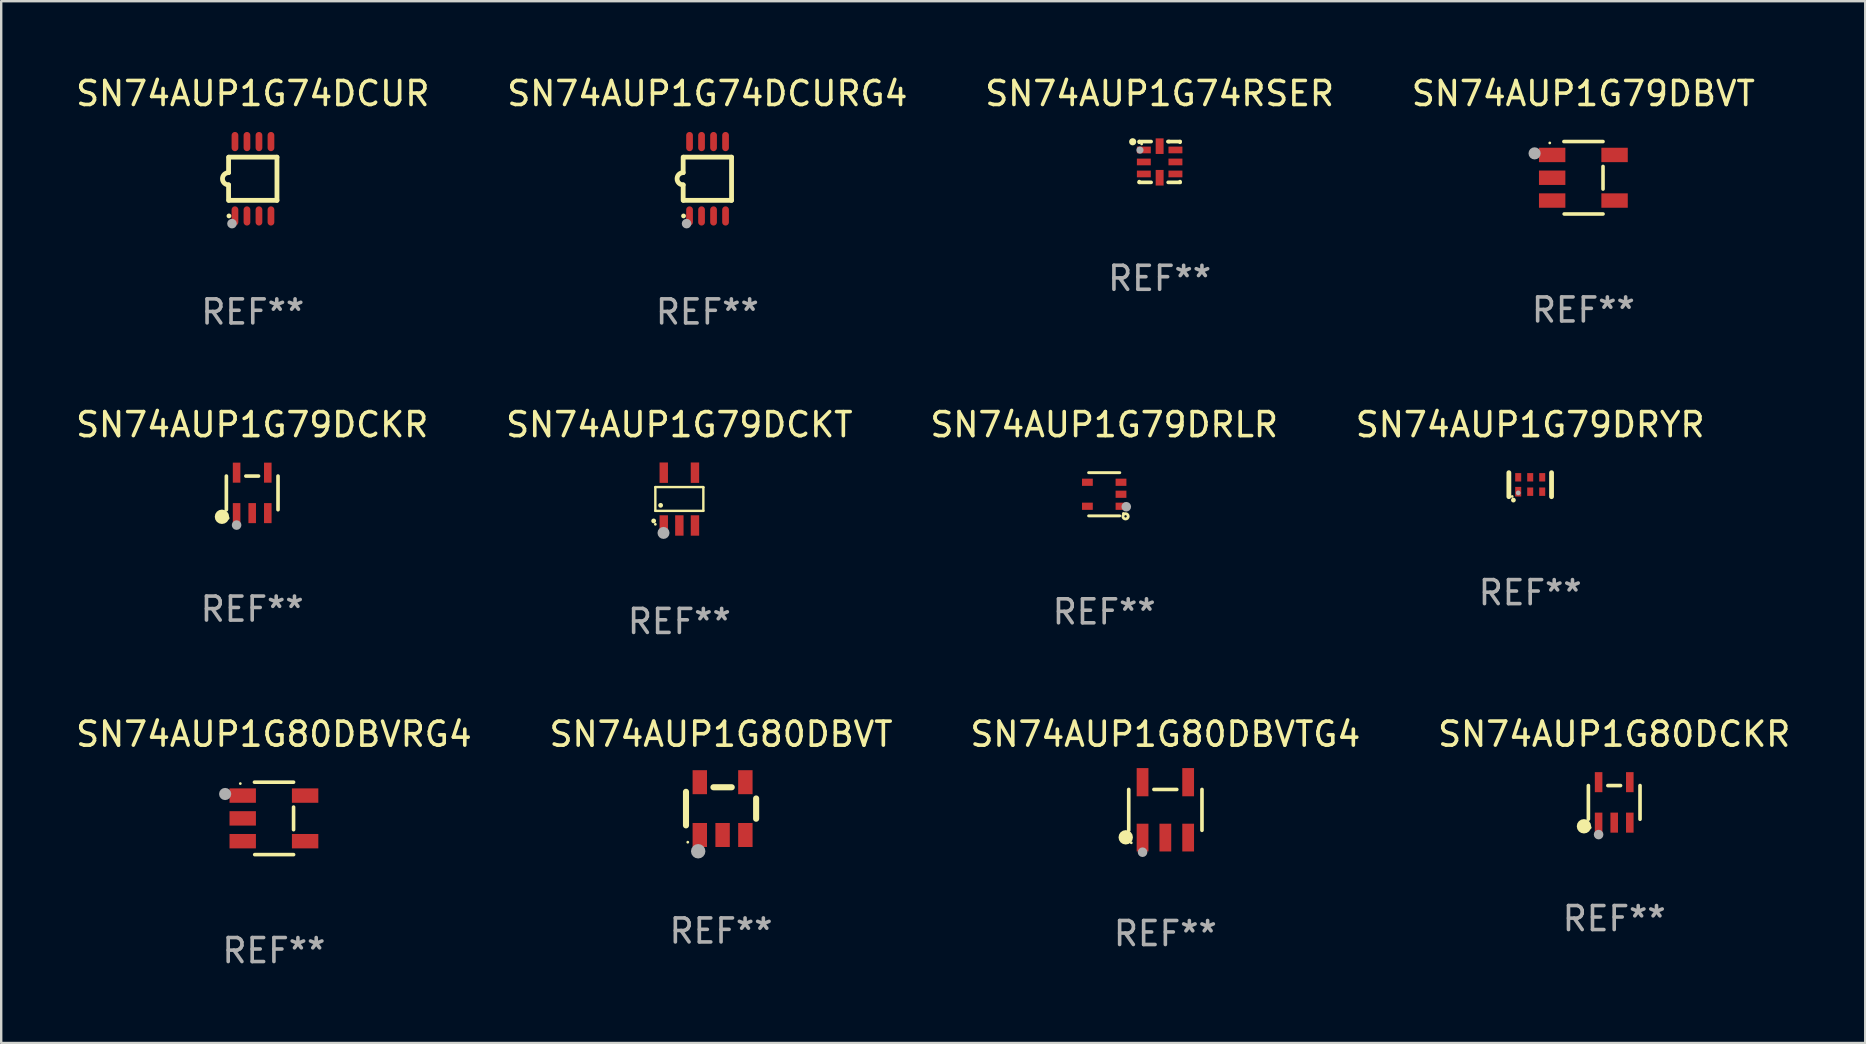
<source format=kicad_pcb>
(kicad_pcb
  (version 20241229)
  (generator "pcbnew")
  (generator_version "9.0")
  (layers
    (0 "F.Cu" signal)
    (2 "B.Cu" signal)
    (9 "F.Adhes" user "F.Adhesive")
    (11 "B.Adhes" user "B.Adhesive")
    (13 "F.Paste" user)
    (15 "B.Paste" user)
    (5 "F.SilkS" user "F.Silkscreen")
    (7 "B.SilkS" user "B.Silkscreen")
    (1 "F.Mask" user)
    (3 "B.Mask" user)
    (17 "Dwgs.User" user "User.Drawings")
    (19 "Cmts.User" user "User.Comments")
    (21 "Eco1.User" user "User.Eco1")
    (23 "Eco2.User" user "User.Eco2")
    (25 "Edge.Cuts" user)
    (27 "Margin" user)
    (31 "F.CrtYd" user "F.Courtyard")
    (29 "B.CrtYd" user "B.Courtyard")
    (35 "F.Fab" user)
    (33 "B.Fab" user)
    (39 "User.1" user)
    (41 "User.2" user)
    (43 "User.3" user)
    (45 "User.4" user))
  (footprint "SN74AUP1G79DBVT"
    (layer "F.Cu")
    (at 62.923 4.357)
    (property "Reference" "SN74AUP1G79DBVT" (at 0 -3.509 0) (layer "F.SilkS") (effects (font (size 1 1) (thickness 0.15))))
    (attr through_hole)
    (fp_line (start -0.811 -1.509) (end 0.819 -1.509) (stroke (width 0.15) (type solid)) (layer "F.SilkS"))
    (fp_line (start -0.8 1.509) (end 0.82 1.509) (stroke (width 0.15) (type solid)) (layer "F.SilkS"))
    (fp_line (start 0.819 -0.472) (end 0.819 0.47) (stroke (width 0.15) (type solid)) (layer "F.SilkS"))
    (fp_circle (center -1.4 -1.451) (end -1.37 -1.451) (stroke (width 0.06) (type solid)) (fill no) (layer "F.SilkS"))
    (fp_circle (center -2.032 -1.017) (end -1.905 -1.017) (stroke (width 0.254) (type solid)) (fill no) (layer "F.Fab"))
    (fp_text user "REF**" (at 0 5.509 0) (layer "F.Fab") (effects (font (size 1 1) (thickness 0.15))))
    (pad "1" smd rect (at -1.3 -0.951) (size 1.1 0.6) (layers "F.Cu" "F.Mask" "F.Paste"))
    (pad "2" smd rect (at -1.3 -0.001) (size 1.1 0.6) (layers "F.Cu" "F.Mask" "F.Paste"))
    (pad "3" smd rect (at -1.3 0.949) (size 1.1 0.6) (layers "F.Cu" "F.Mask" "F.Paste"))
    (pad "4" smd rect (at 1.3 0.949) (size 1.1 0.6) (layers "F.Cu" "F.Mask" "F.Paste"))
    (pad "5" smd rect (at 1.3 -0.951) (size 1.1 0.6) (layers "F.Cu" "F.Mask" "F.Paste")))
  (footprint "SN74AUP1G79DRLR"
    (layer "F.Cu")
    (at 42.958 17.544)
    (property "Reference" "SN74AUP1G79DRLR" (at 0 -2.9 0) (layer "F.SilkS") (effects (font (size 1 1) (thickness 0.15))))
    (attr through_hole)
    (fp_line (start -0.65 -0.9) (end 0.65 -0.9) (stroke (width 0.12) (type solid)) (layer "F.SilkS"))
    (fp_line (start -0.65 0.9) (end 0.65 0.9) (stroke (width 0.12) (type solid)) (layer "F.SilkS"))
    (fp_circle (center 0.8 0.8) (end 0.83 0.8) (stroke (width 0.06) (type solid)) (fill no) (layer "F.SilkS"))
    (fp_circle (center 0.89 0.92) (end 0.94 0.92) (stroke (width 0.12) (type solid)) (fill no) (layer "F.SilkS"))
    (fp_circle (center 0.92 0.52) (end 1.02 0.52) (stroke (width 0.2) (type solid)) (fill no) (layer "F.Fab"))
    (fp_text user "REF**" (at 0 4.9 0) (layer "F.Fab") (effects (font (size 1 1) (thickness 0.15))))
    (pad "1" smd rect (at 0.7 0.5) (size 0.45 0.3) (layers "F.Cu" "F.Mask" "F.Paste"))
    (pad "2" smd rect (at 0.7 -0.000356) (size 0.45 0.3) (layers "F.Cu" "F.Mask" "F.Paste"))
    (pad "3" smd rect (at 0.7 -0.5) (size 0.45 0.3) (layers "F.Cu" "F.Mask" "F.Paste"))
    (pad "4" smd rect (at -0.7 -0.5) (size 0.45 0.3) (layers "F.Cu" "F.Mask" "F.Paste"))
    (pad "5" smd rect (at -0.7 0.5) (size 0.45 0.3) (layers "F.Cu" "F.Mask" "F.Paste")))
  (footprint "SN74AUP1G80DBVRG4"
    (layer "F.Cu")
    (at 8.363 31.05)
    (property "Reference" "SN74AUP1G80DBVRG4" (at 0 -3.509 0) (layer "F.SilkS") (effects (font (size 1 1) (thickness 0.15))))
    (attr through_hole)
    (fp_line (start -0.811 -1.509) (end 0.819 -1.509) (stroke (width 0.15) (type solid)) (layer "F.SilkS"))
    (fp_line (start -0.8 1.509) (end 0.82 1.509) (stroke (width 0.15) (type solid)) (layer "F.SilkS"))
    (fp_line (start 0.819 -0.472) (end 0.819 0.47) (stroke (width 0.15) (type solid)) (layer "F.SilkS"))
    (fp_circle (center -1.4 -1.451) (end -1.37 -1.451) (stroke (width 0.06) (type solid)) (fill no) (layer "F.SilkS"))
    (fp_circle (center -2.032 -1.017) (end -1.905 -1.017) (stroke (width 0.254) (type solid)) (fill no) (layer "F.Fab"))
    (fp_text user "REF**" (at 0 5.509 0) (layer "F.Fab") (effects (font (size 1 1) (thickness 0.15))))
    (pad "1" smd rect (at -1.3 -0.951) (size 1.1 0.6) (layers "F.Cu" "F.Mask" "F.Paste"))
    (pad "2" smd rect (at -1.3 -0.001) (size 1.1 0.6) (layers "F.Cu" "F.Mask" "F.Paste"))
    (pad "3" smd rect (at -1.3 0.949) (size 1.1 0.6) (layers "F.Cu" "F.Mask" "F.Paste"))
    (pad "4" smd rect (at 1.3 0.949) (size 1.1 0.6) (layers "F.Cu" "F.Mask" "F.Paste"))
    (pad "5" smd rect (at 1.3 -0.951) (size 1.1 0.6) (layers "F.Cu" "F.Mask" "F.Paste")))
  (footprint "SN74AUP1G79DCKT"
    (layer "F.Cu")
    (at 25.256 17.745)
    (property "Reference" "SN74AUP1G79DCKT" (at 0 -3.1 0) (layer "F.SilkS") (effects (font (size 1 1) (thickness 0.15))))
    (attr through_hole)
    (fp_line (start -1 -0.5) (end -1 0.49) (stroke (width 0.1) (type solid)) (layer "F.SilkS"))
    (fp_line (start -1 0.49) (end 1 0.49) (stroke (width 0.1) (type solid)) (layer "F.SilkS"))
    (fp_line (start 0.99 -0.5) (end -1 -0.5) (stroke (width 0.1) (type solid)) (layer "F.SilkS"))
    (fp_line (start 1 -0.49) (end 0.99 -0.5) (stroke (width 0.1) (type solid)) (layer "F.SilkS"))
    (fp_line (start 1 0.49) (end 1 -0.49) (stroke (width 0.1) (type solid)) (layer "F.SilkS"))
    (fp_circle (center -1.07 0.91) (end -1.02 0.91) (stroke (width 0.1) (type solid)) (fill no) (layer "F.SilkS"))
    (fp_circle (center -1 1.05) (end -0.97 1.05) (stroke (width 0.06) (type solid)) (fill no) (layer "F.SilkS"))
    (fp_circle (center -0.78 0.26) (end -0.73 0.26) (stroke (width 0.1) (type solid)) (fill no) (layer "F.SilkS"))
    (fp_circle (center -0.66 1.41) (end -0.535 1.41) (stroke (width 0.25) (type solid)) (fill no) (layer "F.Fab"))
    (fp_text user "REF**" (at 0 5.1 0) (layer "F.Fab") (effects (font (size 1 1) (thickness 0.15))))
    (pad "1" smd rect (at -0.65 1.1) (size 0.35 0.85) (layers "F.Cu" "F.Mask" "F.Paste"))
    (pad "2" smd rect (at 0.000051 1.1) (size 0.35 0.85) (layers "F.Cu" "F.Mask" "F.Paste"))
    (pad "3" smd rect (at 0.65 1.1) (size 0.35 0.85) (layers "F.Cu" "F.Mask" "F.Paste"))
    (pad "4" smd rect (at 0.65 -1.1) (size 0.35 0.85) (layers "F.Cu" "F.Mask" "F.Paste"))
    (pad "5" smd rect (at -0.65 -1.1) (size 0.35 0.85) (layers "F.Cu" "F.Mask" "F.Paste")))
  (footprint "SN74AUP1G80DBVTG4"
    (layer "F.Cu")
    (at 45.506 30.695)
    (property "Reference" "SN74AUP1G80DBVTG4" (at 0 -3.154 0) (layer "F.SilkS") (effects (font (size 1 1) (thickness 0.15))))
    (attr through_hole)
    (fp_line (start -1.526 0.851) (end -1.526 -0.851) (stroke (width 0.152) (type solid)) (layer "F.SilkS"))
    (fp_line (start 0.476 -0.851) (end -0.476 -0.851) (stroke (width 0.152) (type solid)) (layer "F.SilkS"))
    (fp_line (start 1.526 0.851) (end 1.526 -0.851) (stroke (width 0.152) (type solid)) (layer "F.SilkS"))
    (fp_circle (center -1.651 1.143) (end -1.501 1.143) (stroke (width 0.3) (type solid)) (fill no) (layer "F.SilkS"))
    (fp_circle (center -1.42 1.37) (end -1.39 1.37) (stroke (width 0.06) (type solid)) (fill no) (layer "F.SilkS"))
    (fp_circle (center -0.95 1.763) (end -0.85 1.763) (stroke (width 0.2) (type solid)) (fill no) (layer "F.Fab"))
    (fp_text user "REF**" (at 0 5.154 0) (layer "F.Fab") (effects (font (size 1 1) (thickness 0.15))))
    (pad "1" smd rect (at -0.95 1.154) (size 0.49 1.157) (layers "F.Cu" "F.Mask" "F.Paste"))
    (pad "2" smd rect (at 0 1.154) (size 0.49 1.157) (layers "F.Cu" "F.Mask" "F.Paste"))
    (pad "3" smd rect (at 0.95 1.154) (size 0.49 1.157) (layers "F.Cu" "F.Mask" "F.Paste"))
    (pad "4" smd rect (at 0.95 -1.154) (size 0.49 1.175) (layers "F.Cu" "F.Mask" "F.Paste"))
    (pad "5" smd rect (at -0.95 -1.154) (size 0.49 1.175) (layers "F.Cu" "F.Mask" "F.Paste")))
  (footprint "SN74AUP1G80DBVT"
    (layer "F.Cu")
    (at 26.994 30.641)
    (property "Reference" "SN74AUP1G80DBVT" (at 0 -3.1 0) (layer "F.SilkS") (effects (font (size 1 1) (thickness 0.15))))
    (attr through_hole)
    (fp_line (start -1.461 -0.699) (end -1.461 0.699) (stroke (width 0.254) (type solid)) (layer "F.SilkS"))
    (fp_line (start -0.318 -0.889) (end 0.445 -0.889) (stroke (width 0.254) (type solid)) (layer "F.SilkS"))
    (fp_line (start 1.461 -0.422) (end 1.461 0.422) (stroke (width 0.254) (type solid)) (layer "F.SilkS"))
    (fp_circle (center -1.387 1.4) (end -1.357 1.4) (stroke (width 0.06) (type solid)) (fill no) (layer "F.SilkS"))
    (fp_circle (center -0.953 1.778) (end -0.802 1.778) (stroke (width 0.3) (type solid)) (fill no) (layer "F.Fab"))
    (fp_text user "REF**" (at 0 5.1 0) (layer "F.Fab") (effects (font (size 1 1) (thickness 0.15))))
    (pad "1" smd rect (at -0.886 1.1) (size 0.6 1) (layers "F.Cu" "F.Mask" "F.Paste"))
    (pad "2" smd rect (at 0.064 1.1) (size 0.6 1) (layers "F.Cu" "F.Mask" "F.Paste"))
    (pad "3" smd rect (at 1.013 1.1) (size 0.6 1) (layers "F.Cu" "F.Mask" "F.Paste"))
    (pad "4" smd rect (at 1.013 -1.1) (size 0.6 1) (layers "F.Cu" "F.Mask" "F.Paste"))
    (pad "5" smd rect (at -0.886 -1.1) (size 0.6 1) (layers "F.Cu" "F.Mask" "F.Paste")))
  (footprint "SN74AUP1G74DCURG4"
    (layer "F.Cu")
    (at 26.423 4.398)
    (property "Reference" "SN74AUP1G74DCURG4" (at 0 -3.55 0) (layer "F.SilkS") (effects (font (size 1 1) (thickness 0.15))))
    (attr through_hole)
    (fp_line (start -1.008 -0.254) (end -1.008 -0.9) (stroke (width 0.2) (type solid)) (layer "F.SilkS"))
    (fp_line (start -1.008 0.254) (end -1.008 0.9) (stroke (width 0.2) (type solid)) (layer "F.SilkS"))
    (fp_line (start -0.992 0.9) (end 1.008 0.9) (stroke (width 0.2) (type solid)) (layer "F.SilkS"))
    (fp_line (start 1.008 -0.9) (end -0.992 -0.9) (stroke (width 0.2) (type solid)) (layer "F.SilkS"))
    (fp_line (start 1.008 0.9) (end 1.008 -0.9) (stroke (width 0.2) (type solid)) (layer "F.SilkS"))
    (fp_arc (start -1.008001 0.254001) (mid -1.262002 0) (end -1.008001 -0.254001) (stroke (width 0.2) (type solid)) (layer "F.SilkS"))
    (fp_circle (center -0.992 1.55) (end -0.942 1.55) (stroke (width 0.1) (type solid)) (fill no) (layer "F.SilkS"))
    (fp_circle (center -0.866 1.87) (end -0.766 1.87) (stroke (width 0.2) (type solid)) (fill no) (layer "F.Fab"))
    (fp_text user "REF**" (at 0 5.55 0) (layer "F.Fab") (effects (font (size 1 1) (thickness 0.15))))
    (pad "1" smd oval (at -0.742 1.55 270) (size 0.8 0.28) (layers "F.Cu" "F.Mask" "F.Paste"))
    (pad "2" smd oval (at -0.242 1.55 270) (size 0.8 0.28) (layers "F.Cu" "F.Mask" "F.Paste"))
    (pad "3" smd oval (at 0.258 1.55 270) (size 0.8 0.28) (layers "F.Cu" "F.Mask" "F.Paste"))
    (pad "4" smd oval (at 0.758 1.55 270) (size 0.8 0.28) (layers "F.Cu" "F.Mask" "F.Paste"))
    (pad "5" smd oval (at 0.758 -1.55 270) (size 0.8 0.28) (layers "F.Cu" "F.Mask" "F.Paste"))
    (pad "6" smd oval (at 0.258 -1.55 270) (size 0.8 0.28) (layers "F.Cu" "F.Mask" "F.Paste"))
    (pad "7" smd oval (at -0.242 -1.55 270) (size 0.8 0.28) (layers "F.Cu" "F.Mask" "F.Paste"))
    (pad "8" smd oval (at -0.742 -1.55 270) (size 0.8 0.28) (layers "F.Cu" "F.Mask" "F.Paste")))
  (footprint "SN74AUP1G74RSER"
    (layer "F.Cu")
    (at 45.268 3.698)
    (property "Reference" "SN74AUP1G74RSER" (at 0 -2.85 0) (layer "F.SilkS") (effects (font (size 1 1) (thickness 0.15))))
    (attr through_hole)
    (fp_line (start -0.85 -0.85) (end -0.355 -0.85) (stroke (width 0.152) (type solid)) (layer "F.SilkS"))
    (fp_line (start -0.85 -0.82) (end -0.85 -0.85) (stroke (width 0.152) (type solid)) (layer "F.SilkS"))
    (fp_line (start -0.85 0.85) (end -0.85 0.82) (stroke (width 0.152) (type solid)) (layer "F.SilkS"))
    (fp_line (start -0.355 0.85) (end -0.85 0.85) (stroke (width 0.152) (type solid)) (layer "F.SilkS"))
    (fp_line (start 0.35 -0.85) (end 0.85 -0.85) (stroke (width 0.152) (type solid)) (layer "F.SilkS"))
    (fp_line (start 0.355 -0.85) (end 0.4 -0.85) (stroke (width 0.152) (type solid)) (layer "F.SilkS"))
    (fp_line (start 0.85 -0.85) (end 0.85 -0.82) (stroke (width 0.152) (type solid)) (layer "F.SilkS"))
    (fp_line (start 0.85 0.82) (end 0.85 0.85) (stroke (width 0.152) (type solid)) (layer "F.SilkS"))
    (fp_line (start 0.85 0.85) (end 0.355 0.85) (stroke (width 0.152) (type solid)) (layer "F.SilkS"))
    (fp_circle (center -1.123 -0.841) (end -1.048 -0.841) (stroke (width 0.15) (type solid)) (fill no) (layer "F.SilkS"))
    (fp_circle (center -0.75 -0.75) (end -0.72 -0.75) (stroke (width 0.06) (type solid)) (fill no) (layer "F.SilkS"))
    (fp_circle (center -0.82 -0.494) (end -0.745 -0.494) (stroke (width 0.15) (type solid)) (fill no) (layer "F.Fab"))
    (fp_text user "REF**" (at 0 4.85 0) (layer "F.Fab") (effects (font (size 1 1) (thickness 0.15))))
    (pad "1" smd rect (at -0.658 -0.5) (size 0.58 0.28) (layers "F.Cu" "F.Mask" "F.Paste"))
    (pad "2" smd rect (at -0.658 -0.000013) (size 0.58 0.28) (layers "F.Cu" "F.Mask" "F.Paste"))
    (pad "3" smd rect (at -0.658 0.5) (size 0.58 0.28) (layers "F.Cu" "F.Mask" "F.Paste"))
    (pad "4" smd rect (at -0.000013 0.658) (size 0.33 0.65) (layers "F.Cu" "F.Mask" "F.Paste"))
    (pad "5" smd rect (at 0.658 0.5) (size 0.58 0.28) (layers "F.Cu" "F.Mask" "F.Paste"))
    (pad "6" smd rect (at 0.658 -0.000013) (size 0.58 0.28) (layers "F.Cu" "F.Mask" "F.Paste"))
    (pad "7" smd rect (at 0.658 -0.5) (size 0.58 0.28) (layers "F.Cu" "F.Mask" "F.Paste"))
    (pad "8" smd rect (at -0.000013 -0.658) (size 0.33 0.65) (layers "F.Cu" "F.Mask" "F.Paste")))
  (footprint "SN74AUP1G74DCUR"
    (layer "F.Cu")
    (at 7.482 4.398)
    (property "Reference" "SN74AUP1G74DCUR" (at 0 -3.55 0) (layer "F.SilkS") (effects (font (size 1 1) (thickness 0.15))))
    (attr through_hole)
    (fp_line (start -1.008 -0.254) (end -1.008 -0.9) (stroke (width 0.2) (type solid)) (layer "F.SilkS"))
    (fp_line (start -1.008 0.254) (end -1.008 0.9) (stroke (width 0.2) (type solid)) (layer "F.SilkS"))
    (fp_line (start -0.992 0.9) (end 1.008 0.9) (stroke (width 0.2) (type solid)) (layer "F.SilkS"))
    (fp_line (start 1.008 -0.9) (end -0.992 -0.9) (stroke (width 0.2) (type solid)) (layer "F.SilkS"))
    (fp_line (start 1.008 0.9) (end 1.008 -0.9) (stroke (width 0.2) (type solid)) (layer "F.SilkS"))
    (fp_arc (start -1.008001 0.254001) (mid -1.262002 0) (end -1.008001 -0.254001) (stroke (width 0.2) (type solid)) (layer "F.SilkS"))
    (fp_circle (center -0.992 1.55) (end -0.942 1.55) (stroke (width 0.1) (type solid)) (fill no) (layer "F.SilkS"))
    (fp_circle (center -0.866 1.87) (end -0.766 1.87) (stroke (width 0.2) (type solid)) (fill no) (layer "F.Fab"))
    (fp_text user "REF**" (at 0 5.55 0) (layer "F.Fab") (effects (font (size 1 1) (thickness 0.15))))
    (pad "1" smd oval (at -0.742 1.55 270) (size 0.8 0.28) (layers "F.Cu" "F.Mask" "F.Paste"))
    (pad "2" smd oval (at -0.242 1.55 270) (size 0.8 0.28) (layers "F.Cu" "F.Mask" "F.Paste"))
    (pad "3" smd oval (at 0.258 1.55 270) (size 0.8 0.28) (layers "F.Cu" "F.Mask" "F.Paste"))
    (pad "4" smd oval (at 0.758 1.55 270) (size 0.8 0.28) (layers "F.Cu" "F.Mask" "F.Paste"))
    (pad "5" smd oval (at 0.758 -1.55 270) (size 0.8 0.28) (layers "F.Cu" "F.Mask" "F.Paste"))
    (pad "6" smd oval (at 0.258 -1.55 270) (size 0.8 0.28) (layers "F.Cu" "F.Mask" "F.Paste"))
    (pad "7" smd oval (at -0.242 -1.55 270) (size 0.8 0.28) (layers "F.Cu" "F.Mask" "F.Paste"))
    (pad "8" smd oval (at -0.742 -1.55 270) (size 0.8 0.28) (layers "F.Cu" "F.Mask" "F.Paste")))
  (footprint "SN74AUP1G80DCKR"
    (layer "F.Cu")
    (at 64.208 30.383)
    (property "Reference" "SN74AUP1G80DCKR" (at 0 -2.843 0) (layer "F.SilkS") (effects (font (size 1 1) (thickness 0.15))))
    (attr through_hole)
    (fp_line (start -1.076 0.701) (end -1.076 -0.701) (stroke (width 0.152) (type solid)) (layer "F.SilkS"))
    (fp_line (start 0.264 -0.701) (end -0.264 -0.701) (stroke (width 0.152) (type solid)) (layer "F.SilkS"))
    (fp_line (start 1.076 0.701) (end 1.076 -0.701) (stroke (width 0.152) (type solid)) (layer "F.SilkS"))
    (fp_circle (center -1.26 0.995) (end -1.11 0.995) (stroke (width 0.3) (type solid)) (fill no) (layer "F.SilkS"))
    (fp_circle (center -1 1.05) (end -0.97 1.05) (stroke (width 0.06) (type solid)) (fill no) (layer "F.SilkS"))
    (fp_circle (center -0.65 1.341) (end -0.55 1.341) (stroke (width 0.2) (type solid)) (fill no) (layer "F.Fab"))
    (fp_text user "REF**" (at 0 4.843 0) (layer "F.Fab") (effects (font (size 1 1) (thickness 0.15))))
    (pad "1" smd rect (at -0.65 0.843) (size 0.315 0.835) (layers "F.Cu" "F.Mask" "F.Paste"))
    (pad "2" smd rect (at 0.00014 0.843) (size 0.315 0.835) (layers "F.Cu" "F.Mask" "F.Paste"))
    (pad "3" smd rect (at 0.65 0.843) (size 0.315 0.835) (layers "F.Cu" "F.Mask" "F.Paste"))
    (pad "4" smd rect (at 0.65 -0.843) (size 0.315 0.835) (layers "F.Cu" "F.Mask" "F.Paste"))
    (pad "5" smd rect (at -0.65 -0.843) (size 0.315 0.835) (layers "F.Cu" "F.Mask" "F.Paste")))
  (footprint "SN74AUP1G79DRYR"
    (layer "F.Cu")
    (at 60.708 17.145)
    (property "Reference" "SN74AUP1G79DRYR" (at 0 -2.5 0) (layer "F.SilkS") (effects (font (size 1 1) (thickness 0.15))))
    (attr through_hole)
    (fp_line (start -0.889 0.5) (end -0.889 -0.5) (stroke (width 0.2) (type solid)) (layer "F.SilkS"))
    (fp_line (start 0.889 0.5) (end 0.889 -0.5) (stroke (width 0.2) (type solid)) (layer "F.SilkS"))
    (fp_circle (center -0.75 0.492) (end -0.72 0.492) (stroke (width 0.06) (type solid)) (fill no) (layer "F.SilkS"))
    (fp_circle (center -0.7 0.642) (end -0.65 0.642) (stroke (width 0.1) (type solid)) (fill no) (layer "F.SilkS"))
    (fp_circle (center -0.5 0.342) (end -0.45 0.342) (stroke (width 0.1) (type solid)) (fill no) (layer "F.Fab"))
    (fp_text user "REF**" (at 0 4.5 0) (layer "F.Fab") (effects (font (size 1 1) (thickness 0.15))))
    (pad "1" smd rect (at -0.5 0.292) (size 0.25 0.4) (layers "F.Cu" "F.Mask" "F.Paste"))
    (pad "2" smd rect (at -0.000127 0.292) (size 0.25 0.35) (layers "F.Cu" "F.Mask" "F.Paste"))
    (pad "3" smd rect (at 0.5 0.292) (size 0.25 0.35) (layers "F.Cu" "F.Mask" "F.Paste"))
    (pad "4" smd rect (at 0.5 -0.308 180) (size 0.25 0.35) (layers "F.Cu" "F.Mask" "F.Paste"))
    (pad "5" smd rect (at -0.000127 -0.308 180) (size 0.25 0.35) (layers "F.Cu" "F.Mask" "F.Paste"))
    (pad "6" smd rect (at -0.5 -0.308 180) (size 0.25 0.35) (layers "F.Cu" "F.Mask" "F.Paste")))
  (footprint "SN74AUP1G79DCKR"
    (layer "F.Cu")
    (at 7.458 17.487)
    (property "Reference" "SN74AUP1G79DCKR" (at 0 -2.843 0) (layer "F.SilkS") (effects (font (size 1 1) (thickness 0.15))))
    (attr through_hole)
    (fp_line (start -1.076 0.701) (end -1.076 -0.701) (stroke (width 0.152) (type solid)) (layer "F.SilkS"))
    (fp_line (start 0.264 -0.701) (end -0.264 -0.701) (stroke (width 0.152) (type solid)) (layer "F.SilkS"))
    (fp_line (start 1.076 0.701) (end 1.076 -0.701) (stroke (width 0.152) (type solid)) (layer "F.SilkS"))
    (fp_circle (center -1.26 0.995) (end -1.11 0.995) (stroke (width 0.3) (type solid)) (fill no) (layer "F.SilkS"))
    (fp_circle (center -1 1.05) (end -0.97 1.05) (stroke (width 0.06) (type solid)) (fill no) (layer "F.SilkS"))
    (fp_circle (center -0.65 1.341) (end -0.55 1.341) (stroke (width 0.2) (type solid)) (fill no) (layer "F.Fab"))
    (fp_text user "REF**" (at 0 4.843 0) (layer "F.Fab") (effects (font (size 1 1) (thickness 0.15))))
    (pad "1" smd rect (at -0.65 0.843) (size 0.315 0.835) (layers "F.Cu" "F.Mask" "F.Paste"))
    (pad "2" smd rect (at 0.00014 0.843) (size 0.315 0.835) (layers "F.Cu" "F.Mask" "F.Paste"))
    (pad "3" smd rect (at 0.65 0.843) (size 0.315 0.835) (layers "F.Cu" "F.Mask" "F.Paste"))
    (pad "4" smd rect (at 0.65 -0.843) (size 0.315 0.835) (layers "F.Cu" "F.Mask" "F.Paste"))
    (pad "5" smd rect (at -0.65 -0.843) (size 0.315 0.835) (layers "F.Cu" "F.Mask" "F.Paste")))
  (gr_rect
    (start -3 -3)
    (end 74.667 40.407)
    (stroke (width 0.1) (type default))
    (fill no)
    (layer "Edge.Cuts")))
</source>
